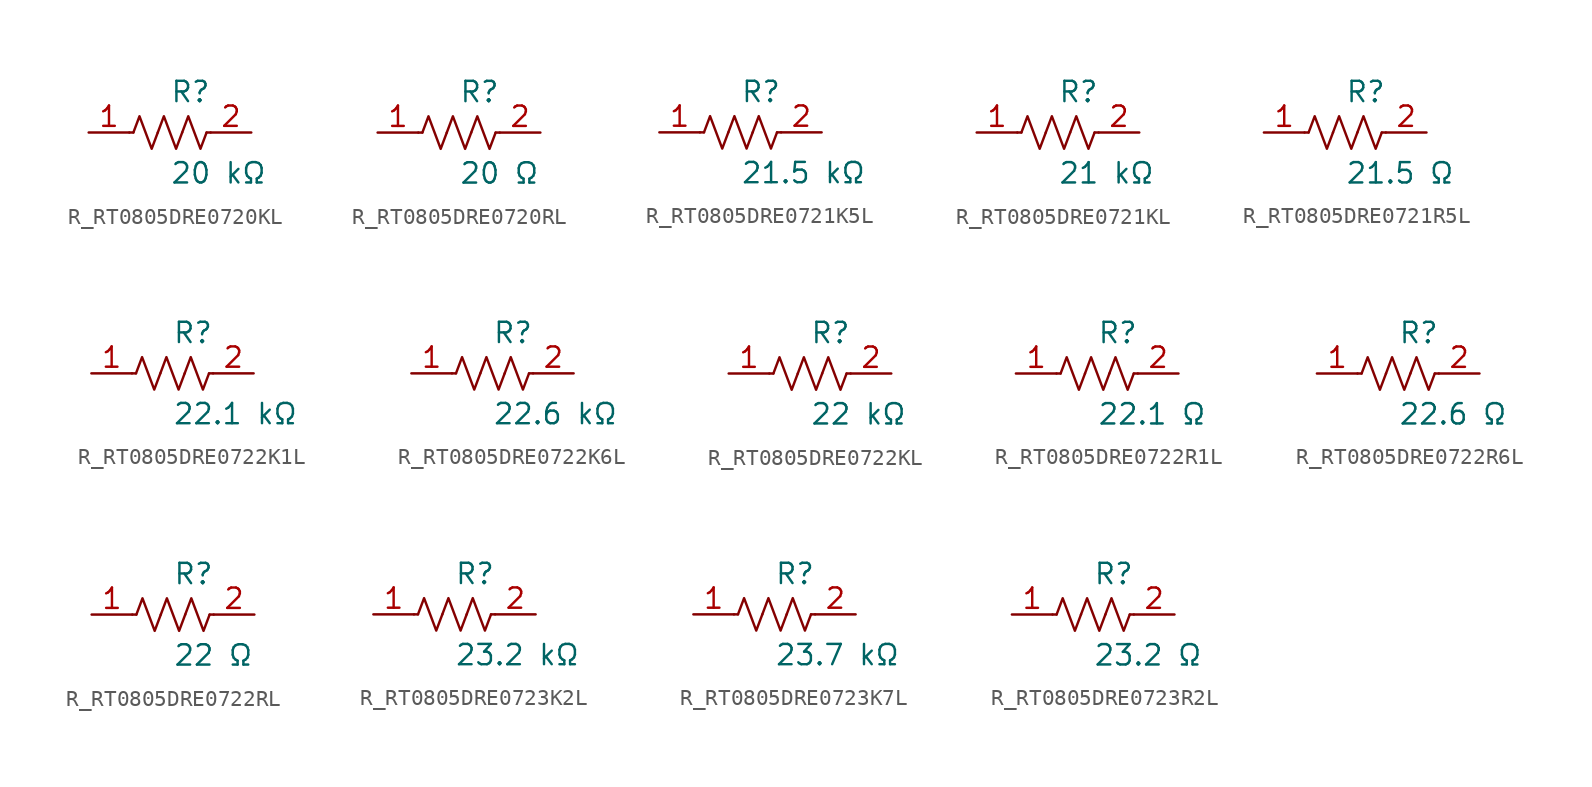
<source format=kicad_sym>
(kicad_symbol_lib
  (version 20231120)
  (generator kicad_symbol_editor)
  (generator_version 8.0)
  (symbol "R_RT0805DRE0720KL"
    (pin_names
      (offset 0.254))
    (property "Reference" "R"
      (at 0 2.54 0)
      (effects (font (size 1.27 1.27)) (justify left)))
    (property "Value" "20 kΩ"
      (at 0 -2.54 0)
      (effects (font (size 1.27 1.27)) (justify left)))
    (symbol "R_RT0805DRE0720KL_0_1"
      (polyline (pts (xy 2.286 0) (xy 2.54 0)) (stroke (width 0) (type default)) (fill (type none)))
      (polyline (pts (xy -2.286 0) (xy -2.54 0)) (stroke (width 0) (type default)) (fill (type none)))
      (polyline (pts (xy 0.762 0) (xy 1.143 1.016) (xy 1.524 0) (xy 1.905 -1.016) (xy 2.286 0)) (stroke (width 0) (type default)) (fill (type none)))
      (polyline (pts (xy -0.762 0) (xy -0.381 1.016) (xy 0 0) (xy 0.381 -1.016) (xy 0.762 0)) (stroke (width 0) (type default)) (fill (type none)))
      (polyline (pts (xy -2.286 0) (xy -1.905 1.016) (xy -1.524 0) (xy -1.143 -1.016) (xy -0.762 0)) (stroke (width 0) (type default)) (fill (type none))))
    (pin passive line
      (at -5.08 0 0)
      (length 2.54)
      (name "" (effects (font (size 1.27 1.27))))
      (number "1" (effects (font (size 1.27 1.27)))))
    (pin passive line
      (at 5.08 0 180)
      (length 2.54)
      (name "" (effects (font (size 1.27 1.27))))
      (number "2" (effects (font (size 1.27 1.27))))))
  (symbol "R_RT0805DRE0720RL"
    (pin_names
      (offset 0.254))
    (property "Reference" "R"
      (at 0 2.54 0)
      (effects (font (size 1.27 1.27)) (justify left)))
    (property "Value" "20 Ω"
      (at 0 -2.54 0)
      (effects (font (size 1.27 1.27)) (justify left)))
    (symbol "R_RT0805DRE0720RL_0_1"
      (polyline (pts (xy 2.286 0) (xy 2.54 0)) (stroke (width 0) (type default)) (fill (type none)))
      (polyline (pts (xy -2.286 0) (xy -2.54 0)) (stroke (width 0) (type default)) (fill (type none)))
      (polyline (pts (xy 0.762 0) (xy 1.143 1.016) (xy 1.524 0) (xy 1.905 -1.016) (xy 2.286 0)) (stroke (width 0) (type default)) (fill (type none)))
      (polyline (pts (xy -0.762 0) (xy -0.381 1.016) (xy 0 0) (xy 0.381 -1.016) (xy 0.762 0)) (stroke (width 0) (type default)) (fill (type none)))
      (polyline (pts (xy -2.286 0) (xy -1.905 1.016) (xy -1.524 0) (xy -1.143 -1.016) (xy -0.762 0)) (stroke (width 0) (type default)) (fill (type none))))
    (pin passive line
      (at -5.08 0 0)
      (length 2.54)
      (name "" (effects (font (size 1.27 1.27))))
      (number "1" (effects (font (size 1.27 1.27)))))
    (pin passive line
      (at 5.08 0 180)
      (length 2.54)
      (name "" (effects (font (size 1.27 1.27))))
      (number "2" (effects (font (size 1.27 1.27))))))
  (symbol "R_RT0805DRE0721K5L"
    (pin_names
      (offset 0.254))
    (property "Reference" "R"
      (at 0 2.54 0)
      (effects (font (size 1.27 1.27)) (justify left)))
    (property "Value" "21.5 kΩ"
      (at 0 -2.54 0)
      (effects (font (size 1.27 1.27)) (justify left)))
    (symbol "R_RT0805DRE0721K5L_0_1"
      (polyline (pts (xy 2.286 0) (xy 2.54 0)) (stroke (width 0) (type default)) (fill (type none)))
      (polyline (pts (xy -2.286 0) (xy -2.54 0)) (stroke (width 0) (type default)) (fill (type none)))
      (polyline (pts (xy 0.762 0) (xy 1.143 1.016) (xy 1.524 0) (xy 1.905 -1.016) (xy 2.286 0)) (stroke (width 0) (type default)) (fill (type none)))
      (polyline (pts (xy -0.762 0) (xy -0.381 1.016) (xy 0 0) (xy 0.381 -1.016) (xy 0.762 0)) (stroke (width 0) (type default)) (fill (type none)))
      (polyline (pts (xy -2.286 0) (xy -1.905 1.016) (xy -1.524 0) (xy -1.143 -1.016) (xy -0.762 0)) (stroke (width 0) (type default)) (fill (type none))))
    (pin passive line
      (at -5.08 0 0)
      (length 2.54)
      (name "" (effects (font (size 1.27 1.27))))
      (number "1" (effects (font (size 1.27 1.27)))))
    (pin passive line
      (at 5.08 0 180)
      (length 2.54)
      (name "" (effects (font (size 1.27 1.27))))
      (number "2" (effects (font (size 1.27 1.27))))))
  (symbol "R_RT0805DRE0721KL"
    (pin_names
      (offset 0.254))
    (property "Reference" "R"
      (at 0 2.54 0)
      (effects (font (size 1.27 1.27)) (justify left)))
    (property "Value" "21 kΩ"
      (at 0 -2.54 0)
      (effects (font (size 1.27 1.27)) (justify left)))
    (symbol "R_RT0805DRE0721KL_0_1"
      (polyline (pts (xy 2.286 0) (xy 2.54 0)) (stroke (width 0) (type default)) (fill (type none)))
      (polyline (pts (xy -2.286 0) (xy -2.54 0)) (stroke (width 0) (type default)) (fill (type none)))
      (polyline (pts (xy 0.762 0) (xy 1.143 1.016) (xy 1.524 0) (xy 1.905 -1.016) (xy 2.286 0)) (stroke (width 0) (type default)) (fill (type none)))
      (polyline (pts (xy -0.762 0) (xy -0.381 1.016) (xy 0 0) (xy 0.381 -1.016) (xy 0.762 0)) (stroke (width 0) (type default)) (fill (type none)))
      (polyline (pts (xy -2.286 0) (xy -1.905 1.016) (xy -1.524 0) (xy -1.143 -1.016) (xy -0.762 0)) (stroke (width 0) (type default)) (fill (type none))))
    (pin passive line
      (at -5.08 0 0)
      (length 2.54)
      (name "" (effects (font (size 1.27 1.27))))
      (number "1" (effects (font (size 1.27 1.27)))))
    (pin passive line
      (at 5.08 0 180)
      (length 2.54)
      (name "" (effects (font (size 1.27 1.27))))
      (number "2" (effects (font (size 1.27 1.27))))))
  (symbol "R_RT0805DRE0721R5L"
    (pin_names
      (offset 0.254))
    (property "Reference" "R"
      (at 0 2.54 0)
      (effects (font (size 1.27 1.27)) (justify left)))
    (property "Value" "21.5 Ω"
      (at 0 -2.54 0)
      (effects (font (size 1.27 1.27)) (justify left)))
    (symbol "R_RT0805DRE0721R5L_0_1"
      (polyline (pts (xy 2.286 0) (xy 2.54 0)) (stroke (width 0) (type default)) (fill (type none)))
      (polyline (pts (xy -2.286 0) (xy -2.54 0)) (stroke (width 0) (type default)) (fill (type none)))
      (polyline (pts (xy 0.762 0) (xy 1.143 1.016) (xy 1.524 0) (xy 1.905 -1.016) (xy 2.286 0)) (stroke (width 0) (type default)) (fill (type none)))
      (polyline (pts (xy -0.762 0) (xy -0.381 1.016) (xy 0 0) (xy 0.381 -1.016) (xy 0.762 0)) (stroke (width 0) (type default)) (fill (type none)))
      (polyline (pts (xy -2.286 0) (xy -1.905 1.016) (xy -1.524 0) (xy -1.143 -1.016) (xy -0.762 0)) (stroke (width 0) (type default)) (fill (type none))))
    (pin passive line
      (at -5.08 0 0)
      (length 2.54)
      (name "" (effects (font (size 1.27 1.27))))
      (number "1" (effects (font (size 1.27 1.27)))))
    (pin passive line
      (at 5.08 0 180)
      (length 2.54)
      (name "" (effects (font (size 1.27 1.27))))
      (number "2" (effects (font (size 1.27 1.27))))))
  (symbol "R_RT0805DRE0722K1L"
    (pin_names
      (offset 0.254))
    (property "Reference" "R"
      (at 0 2.54 0)
      (effects (font (size 1.27 1.27)) (justify left)))
    (property "Value" "22.1 kΩ"
      (at 0 -2.54 0)
      (effects (font (size 1.27 1.27)) (justify left)))
    (symbol "R_RT0805DRE0722K1L_0_1"
      (polyline (pts (xy 2.286 0) (xy 2.54 0)) (stroke (width 0) (type default)) (fill (type none)))
      (polyline (pts (xy -2.286 0) (xy -2.54 0)) (stroke (width 0) (type default)) (fill (type none)))
      (polyline (pts (xy 0.762 0) (xy 1.143 1.016) (xy 1.524 0) (xy 1.905 -1.016) (xy 2.286 0)) (stroke (width 0) (type default)) (fill (type none)))
      (polyline (pts (xy -0.762 0) (xy -0.381 1.016) (xy 0 0) (xy 0.381 -1.016) (xy 0.762 0)) (stroke (width 0) (type default)) (fill (type none)))
      (polyline (pts (xy -2.286 0) (xy -1.905 1.016) (xy -1.524 0) (xy -1.143 -1.016) (xy -0.762 0)) (stroke (width 0) (type default)) (fill (type none))))
    (pin passive line
      (at -5.08 0 0)
      (length 2.54)
      (name "" (effects (font (size 1.27 1.27))))
      (number "1" (effects (font (size 1.27 1.27)))))
    (pin passive line
      (at 5.08 0 180)
      (length 2.54)
      (name "" (effects (font (size 1.27 1.27))))
      (number "2" (effects (font (size 1.27 1.27))))))
  (symbol "R_RT0805DRE0722K6L"
    (pin_names
      (offset 0.254))
    (property "Reference" "R"
      (at 0 2.54 0)
      (effects (font (size 1.27 1.27)) (justify left)))
    (property "Value" "22.6 kΩ"
      (at 0 -2.54 0)
      (effects (font (size 1.27 1.27)) (justify left)))
    (symbol "R_RT0805DRE0722K6L_0_1"
      (polyline (pts (xy 2.286 0) (xy 2.54 0)) (stroke (width 0) (type default)) (fill (type none)))
      (polyline (pts (xy -2.286 0) (xy -2.54 0)) (stroke (width 0) (type default)) (fill (type none)))
      (polyline (pts (xy 0.762 0) (xy 1.143 1.016) (xy 1.524 0) (xy 1.905 -1.016) (xy 2.286 0)) (stroke (width 0) (type default)) (fill (type none)))
      (polyline (pts (xy -0.762 0) (xy -0.381 1.016) (xy 0 0) (xy 0.381 -1.016) (xy 0.762 0)) (stroke (width 0) (type default)) (fill (type none)))
      (polyline (pts (xy -2.286 0) (xy -1.905 1.016) (xy -1.524 0) (xy -1.143 -1.016) (xy -0.762 0)) (stroke (width 0) (type default)) (fill (type none))))
    (pin passive line
      (at -5.08 0 0)
      (length 2.54)
      (name "" (effects (font (size 1.27 1.27))))
      (number "1" (effects (font (size 1.27 1.27)))))
    (pin passive line
      (at 5.08 0 180)
      (length 2.54)
      (name "" (effects (font (size 1.27 1.27))))
      (number "2" (effects (font (size 1.27 1.27))))))
  (symbol "R_RT0805DRE0722KL"
    (pin_names
      (offset 0.254))
    (property "Reference" "R"
      (at 0 2.54 0)
      (effects (font (size 1.27 1.27)) (justify left)))
    (property "Value" "22 kΩ"
      (at 0 -2.54 0)
      (effects (font (size 1.27 1.27)) (justify left)))
    (symbol "R_RT0805DRE0722KL_0_1"
      (polyline (pts (xy 2.286 0) (xy 2.54 0)) (stroke (width 0) (type default)) (fill (type none)))
      (polyline (pts (xy -2.286 0) (xy -2.54 0)) (stroke (width 0) (type default)) (fill (type none)))
      (polyline (pts (xy 0.762 0) (xy 1.143 1.016) (xy 1.524 0) (xy 1.905 -1.016) (xy 2.286 0)) (stroke (width 0) (type default)) (fill (type none)))
      (polyline (pts (xy -0.762 0) (xy -0.381 1.016) (xy 0 0) (xy 0.381 -1.016) (xy 0.762 0)) (stroke (width 0) (type default)) (fill (type none)))
      (polyline (pts (xy -2.286 0) (xy -1.905 1.016) (xy -1.524 0) (xy -1.143 -1.016) (xy -0.762 0)) (stroke (width 0) (type default)) (fill (type none))))
    (pin passive line
      (at -5.08 0 0)
      (length 2.54)
      (name "" (effects (font (size 1.27 1.27))))
      (number "1" (effects (font (size 1.27 1.27)))))
    (pin passive line
      (at 5.08 0 180)
      (length 2.54)
      (name "" (effects (font (size 1.27 1.27))))
      (number "2" (effects (font (size 1.27 1.27))))))
  (symbol "R_RT0805DRE0722R1L"
    (pin_names
      (offset 0.254))
    (property "Reference" "R"
      (at 0 2.54 0)
      (effects (font (size 1.27 1.27)) (justify left)))
    (property "Value" "22.1 Ω"
      (at 0 -2.54 0)
      (effects (font (size 1.27 1.27)) (justify left)))
    (symbol "R_RT0805DRE0722R1L_0_1"
      (polyline (pts (xy 2.286 0) (xy 2.54 0)) (stroke (width 0) (type default)) (fill (type none)))
      (polyline (pts (xy -2.286 0) (xy -2.54 0)) (stroke (width 0) (type default)) (fill (type none)))
      (polyline (pts (xy 0.762 0) (xy 1.143 1.016) (xy 1.524 0) (xy 1.905 -1.016) (xy 2.286 0)) (stroke (width 0) (type default)) (fill (type none)))
      (polyline (pts (xy -0.762 0) (xy -0.381 1.016) (xy 0 0) (xy 0.381 -1.016) (xy 0.762 0)) (stroke (width 0) (type default)) (fill (type none)))
      (polyline (pts (xy -2.286 0) (xy -1.905 1.016) (xy -1.524 0) (xy -1.143 -1.016) (xy -0.762 0)) (stroke (width 0) (type default)) (fill (type none))))
    (pin passive line
      (at -5.08 0 0)
      (length 2.54)
      (name "" (effects (font (size 1.27 1.27))))
      (number "1" (effects (font (size 1.27 1.27)))))
    (pin passive line
      (at 5.08 0 180)
      (length 2.54)
      (name "" (effects (font (size 1.27 1.27))))
      (number "2" (effects (font (size 1.27 1.27))))))
  (symbol "R_RT0805DRE0722R6L"
    (pin_names
      (offset 0.254))
    (property "Reference" "R"
      (at 0 2.54 0)
      (effects (font (size 1.27 1.27)) (justify left)))
    (property "Value" "22.6 Ω"
      (at 0 -2.54 0)
      (effects (font (size 1.27 1.27)) (justify left)))
    (symbol "R_RT0805DRE0722R6L_0_1"
      (polyline (pts (xy 2.286 0) (xy 2.54 0)) (stroke (width 0) (type default)) (fill (type none)))
      (polyline (pts (xy -2.286 0) (xy -2.54 0)) (stroke (width 0) (type default)) (fill (type none)))
      (polyline (pts (xy 0.762 0) (xy 1.143 1.016) (xy 1.524 0) (xy 1.905 -1.016) (xy 2.286 0)) (stroke (width 0) (type default)) (fill (type none)))
      (polyline (pts (xy -0.762 0) (xy -0.381 1.016) (xy 0 0) (xy 0.381 -1.016) (xy 0.762 0)) (stroke (width 0) (type default)) (fill (type none)))
      (polyline (pts (xy -2.286 0) (xy -1.905 1.016) (xy -1.524 0) (xy -1.143 -1.016) (xy -0.762 0)) (stroke (width 0) (type default)) (fill (type none))))
    (pin passive line
      (at -5.08 0 0)
      (length 2.54)
      (name "" (effects (font (size 1.27 1.27))))
      (number "1" (effects (font (size 1.27 1.27)))))
    (pin passive line
      (at 5.08 0 180)
      (length 2.54)
      (name "" (effects (font (size 1.27 1.27))))
      (number "2" (effects (font (size 1.27 1.27))))))
  (symbol "R_RT0805DRE0722RL"
    (pin_names
      (offset 0.254))
    (property "Reference" "R"
      (at 0 2.54 0)
      (effects (font (size 1.27 1.27)) (justify left)))
    (property "Value" "22 Ω"
      (at 0 -2.54 0)
      (effects (font (size 1.27 1.27)) (justify left)))
    (symbol "R_RT0805DRE0722RL_0_1"
      (polyline (pts (xy 2.286 0) (xy 2.54 0)) (stroke (width 0) (type default)) (fill (type none)))
      (polyline (pts (xy -2.286 0) (xy -2.54 0)) (stroke (width 0) (type default)) (fill (type none)))
      (polyline (pts (xy 0.762 0) (xy 1.143 1.016) (xy 1.524 0) (xy 1.905 -1.016) (xy 2.286 0)) (stroke (width 0) (type default)) (fill (type none)))
      (polyline (pts (xy -0.762 0) (xy -0.381 1.016) (xy 0 0) (xy 0.381 -1.016) (xy 0.762 0)) (stroke (width 0) (type default)) (fill (type none)))
      (polyline (pts (xy -2.286 0) (xy -1.905 1.016) (xy -1.524 0) (xy -1.143 -1.016) (xy -0.762 0)) (stroke (width 0) (type default)) (fill (type none))))
    (pin passive line
      (at -5.08 0 0)
      (length 2.54)
      (name "" (effects (font (size 1.27 1.27))))
      (number "1" (effects (font (size 1.27 1.27)))))
    (pin passive line
      (at 5.08 0 180)
      (length 2.54)
      (name "" (effects (font (size 1.27 1.27))))
      (number "2" (effects (font (size 1.27 1.27))))))
  (symbol "R_RT0805DRE0723K2L"
    (pin_names
      (offset 0.254))
    (property "Reference" "R"
      (at 0 2.54 0)
      (effects (font (size 1.27 1.27)) (justify left)))
    (property "Value" "23.2 kΩ"
      (at 0 -2.54 0)
      (effects (font (size 1.27 1.27)) (justify left)))
    (symbol "R_RT0805DRE0723K2L_0_1"
      (polyline (pts (xy 2.286 0) (xy 2.54 0)) (stroke (width 0) (type default)) (fill (type none)))
      (polyline (pts (xy -2.286 0) (xy -2.54 0)) (stroke (width 0) (type default)) (fill (type none)))
      (polyline (pts (xy 0.762 0) (xy 1.143 1.016) (xy 1.524 0) (xy 1.905 -1.016) (xy 2.286 0)) (stroke (width 0) (type default)) (fill (type none)))
      (polyline (pts (xy -0.762 0) (xy -0.381 1.016) (xy 0 0) (xy 0.381 -1.016) (xy 0.762 0)) (stroke (width 0) (type default)) (fill (type none)))
      (polyline (pts (xy -2.286 0) (xy -1.905 1.016) (xy -1.524 0) (xy -1.143 -1.016) (xy -0.762 0)) (stroke (width 0) (type default)) (fill (type none))))
    (pin passive line
      (at -5.08 0 0)
      (length 2.54)
      (name "" (effects (font (size 1.27 1.27))))
      (number "1" (effects (font (size 1.27 1.27)))))
    (pin passive line
      (at 5.08 0 180)
      (length 2.54)
      (name "" (effects (font (size 1.27 1.27))))
      (number "2" (effects (font (size 1.27 1.27))))))
  (symbol "R_RT0805DRE0723K7L"
    (pin_names
      (offset 0.254))
    (property "Reference" "R"
      (at 0 2.54 0)
      (effects (font (size 1.27 1.27)) (justify left)))
    (property "Value" "23.7 kΩ"
      (at 0 -2.54 0)
      (effects (font (size 1.27 1.27)) (justify left)))
    (symbol "R_RT0805DRE0723K7L_0_1"
      (polyline (pts (xy 2.286 0) (xy 2.54 0)) (stroke (width 0) (type default)) (fill (type none)))
      (polyline (pts (xy -2.286 0) (xy -2.54 0)) (stroke (width 0) (type default)) (fill (type none)))
      (polyline (pts (xy 0.762 0) (xy 1.143 1.016) (xy 1.524 0) (xy 1.905 -1.016) (xy 2.286 0)) (stroke (width 0) (type default)) (fill (type none)))
      (polyline (pts (xy -0.762 0) (xy -0.381 1.016) (xy 0 0) (xy 0.381 -1.016) (xy 0.762 0)) (stroke (width 0) (type default)) (fill (type none)))
      (polyline (pts (xy -2.286 0) (xy -1.905 1.016) (xy -1.524 0) (xy -1.143 -1.016) (xy -0.762 0)) (stroke (width 0) (type default)) (fill (type none))))
    (pin passive line
      (at -5.08 0 0)
      (length 2.54)
      (name "" (effects (font (size 1.27 1.27))))
      (number "1" (effects (font (size 1.27 1.27)))))
    (pin passive line
      (at 5.08 0 180)
      (length 2.54)
      (name "" (effects (font (size 1.27 1.27))))
      (number "2" (effects (font (size 1.27 1.27))))))
  (symbol "R_RT0805DRE0723R2L"
    (pin_names
      (offset 0.254))
    (property "Reference" "R"
      (at 0 2.54 0)
      (effects (font (size 1.27 1.27)) (justify left)))
    (property "Value" "23.2 Ω"
      (at 0 -2.54 0)
      (effects (font (size 1.27 1.27)) (justify left)))
    (symbol "R_RT0805DRE0723R2L_0_1"
      (polyline (pts (xy 2.286 0) (xy 2.54 0)) (stroke (width 0) (type default)) (fill (type none)))
      (polyline (pts (xy -2.286 0) (xy -2.54 0)) (stroke (width 0) (type default)) (fill (type none)))
      (polyline (pts (xy 0.762 0) (xy 1.143 1.016) (xy 1.524 0) (xy 1.905 -1.016) (xy 2.286 0)) (stroke (width 0) (type default)) (fill (type none)))
      (polyline (pts (xy -0.762 0) (xy -0.381 1.016) (xy 0 0) (xy 0.381 -1.016) (xy 0.762 0)) (stroke (width 0) (type default)) (fill (type none)))
      (polyline (pts (xy -2.286 0) (xy -1.905 1.016) (xy -1.524 0) (xy -1.143 -1.016) (xy -0.762 0)) (stroke (width 0) (type default)) (fill (type none))))
    (pin passive line
      (at -5.08 0 0)
      (length 2.54)
      (name "" (effects (font (size 1.27 1.27))))
      (number "1" (effects (font (size 1.27 1.27)))))
    (pin passive line
      (at 5.08 0 180)
      (length 2.54)
      (name "" (effects (font (size 1.27 1.27))))
      (number "2" (effects (font (size 1.27 1.27)))))))
</source>
